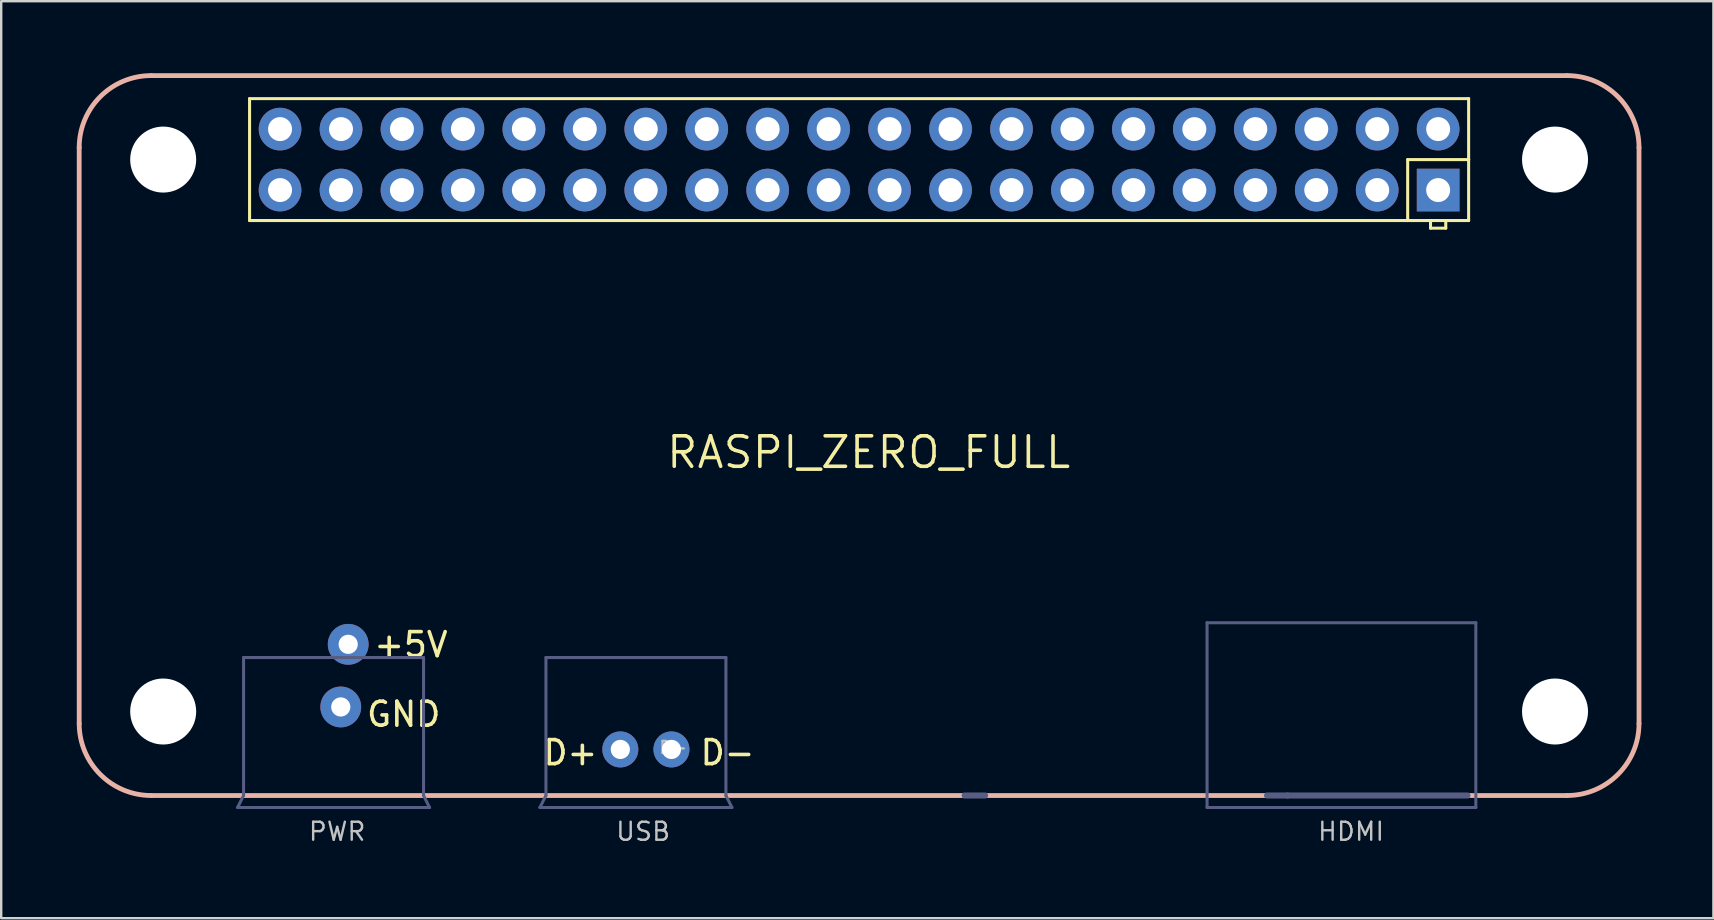
<source format=kicad_pcb>
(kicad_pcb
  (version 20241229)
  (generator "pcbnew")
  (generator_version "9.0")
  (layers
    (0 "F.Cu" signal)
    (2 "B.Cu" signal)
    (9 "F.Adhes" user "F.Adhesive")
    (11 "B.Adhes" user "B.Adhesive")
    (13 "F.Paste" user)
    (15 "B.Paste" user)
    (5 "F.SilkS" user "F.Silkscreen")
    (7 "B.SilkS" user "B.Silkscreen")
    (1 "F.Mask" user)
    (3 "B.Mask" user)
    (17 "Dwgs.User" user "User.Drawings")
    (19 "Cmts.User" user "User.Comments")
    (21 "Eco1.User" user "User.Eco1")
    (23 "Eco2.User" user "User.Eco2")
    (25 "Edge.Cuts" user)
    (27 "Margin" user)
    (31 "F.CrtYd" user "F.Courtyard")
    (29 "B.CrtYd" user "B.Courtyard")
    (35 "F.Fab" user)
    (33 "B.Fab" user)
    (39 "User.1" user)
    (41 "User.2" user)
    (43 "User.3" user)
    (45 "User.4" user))
  (footprint "RASPI_ZERO_FULL"
    (layer "F.Cu")
    (at 0.25 30.1)
    (property "Reference" "RASPI_ZERO_FULL" (at 32.9 -14.3 0) (unlocked yes) (layer "F.SilkS") (effects (font (size 1.27 1.27) (thickness 0.15))))
    (fp_poly (pts (xy 6.6 -26.5) (xy 6.581 -26.847) (xy 6.522 -27.19) (xy 6.426 -27.524) (xy 6.293 -27.845) (xy 6.125 -28.149) (xy 5.924 -28.433) (xy 5.692 -28.692) (xy 5.433 -28.924) (xy 5.149 -29.125) (xy 4.845 -29.293) (xy 4.524 -29.426) (xy 4.19 -29.522) (xy 3.847 -29.581) (xy 3.5 -29.6) (xy 3.153 -29.581) (xy 2.81 -29.522) (xy 2.476 -29.426) (xy 2.155 -29.293) (xy 1.851 -29.125) (xy 1.567 -28.924) (xy 1.308 -28.692) (xy 1.076 -28.433) (xy 0.875 -28.149) (xy 0.707 -27.845) (xy 0.574 -27.524) (xy 0.478 -27.19) (xy 0.419 -26.847) (xy 0.4 -26.5) (xy 0.419 -26.153) (xy 0.478 -25.81) (xy 0.574 -25.476) (xy 0.707 -25.155) (xy 0.875 -24.851) (xy 1.076 -24.567) (xy 1.308 -24.308) (xy 1.567 -24.076) (xy 1.851 -23.875) (xy 2.155 -23.707) (xy 2.476 -23.574) (xy 2.81 -23.478) (xy 3.153 -23.419) (xy 3.5 -23.4) (xy 3.847 -23.419) (xy 4.19 -23.478) (xy 4.524 -23.574) (xy 4.845 -23.707) (xy 5.149 -23.875) (xy 5.433 -24.076) (xy 5.692 -24.308) (xy 5.924 -24.567) (xy 6.125 -24.851) (xy 6.293 -25.155) (xy 6.426 -25.476) (xy 6.522 -25.81) (xy 6.581 -26.153)) (stroke (width 0) (type solid)) (fill yes) (layer "F.Mask"))
    (fp_poly (pts (xy 6.6 -3.5) (xy 6.581 -3.847) (xy 6.522 -4.19) (xy 6.426 -4.524) (xy 6.293 -4.845) (xy 6.125 -5.149) (xy 5.924 -5.433) (xy 5.692 -5.692) (xy 5.433 -5.924) (xy 5.149 -6.125) (xy 4.845 -6.293) (xy 4.524 -6.426) (xy 4.19 -6.522) (xy 3.847 -6.581) (xy 3.5 -6.6) (xy 3.153 -6.581) (xy 2.81 -6.522) (xy 2.476 -6.426) (xy 2.155 -6.293) (xy 1.851 -6.125) (xy 1.567 -5.924) (xy 1.308 -5.692) (xy 1.076 -5.433) (xy 0.875 -5.149) (xy 0.707 -4.845) (xy 0.574 -4.524) (xy 0.478 -4.19) (xy 0.419 -3.847) (xy 0.4 -3.5) (xy 0.419 -3.153) (xy 0.478 -2.81) (xy 0.574 -2.476) (xy 0.707 -2.155) (xy 0.875 -1.851) (xy 1.076 -1.567) (xy 1.308 -1.308) (xy 1.567 -1.076) (xy 1.851 -0.875) (xy 2.155 -0.707) (xy 2.476 -0.574) (xy 2.81 -0.478) (xy 3.153 -0.419) (xy 3.5 -0.4) (xy 3.847 -0.419) (xy 4.19 -0.478) (xy 4.524 -0.574) (xy 4.845 -0.707) (xy 5.149 -0.875) (xy 5.433 -1.076) (xy 5.692 -1.308) (xy 5.924 -1.567) (xy 6.125 -1.851) (xy 6.293 -2.155) (xy 6.426 -2.476) (xy 6.522 -2.81) (xy 6.581 -3.153)) (stroke (width 0) (type solid)) (fill yes) (layer "F.Mask"))
    (fp_poly (pts (xy 64.6 -26.5) (xy 64.581 -26.847) (xy 64.522 -27.19) (xy 64.426 -27.524) (xy 64.293 -27.845) (xy 64.125 -28.149) (xy 63.924 -28.433) (xy 63.692 -28.692) (xy 63.433 -28.924) (xy 63.149 -29.125) (xy 62.845 -29.293) (xy 62.524 -29.426) (xy 62.19 -29.522) (xy 61.847 -29.581) (xy 61.5 -29.6) (xy 61.153 -29.581) (xy 60.81 -29.522) (xy 60.476 -29.426) (xy 60.155 -29.293) (xy 59.851 -29.125) (xy 59.567 -28.924) (xy 59.308 -28.692) (xy 59.076 -28.433) (xy 58.875 -28.149) (xy 58.707 -27.845) (xy 58.574 -27.524) (xy 58.478 -27.19) (xy 58.419 -26.847) (xy 58.4 -26.5) (xy 58.419 -26.153) (xy 58.478 -25.81) (xy 58.574 -25.476) (xy 58.707 -25.155) (xy 58.875 -24.851) (xy 59.076 -24.567) (xy 59.308 -24.308) (xy 59.567 -24.076) (xy 59.851 -23.875) (xy 60.155 -23.707) (xy 60.476 -23.574) (xy 60.81 -23.478) (xy 61.153 -23.419) (xy 61.5 -23.4) (xy 61.847 -23.419) (xy 62.19 -23.478) (xy 62.524 -23.574) (xy 62.845 -23.707) (xy 63.149 -23.875) (xy 63.433 -24.076) (xy 63.692 -24.308) (xy 63.924 -24.567) (xy 64.125 -24.851) (xy 64.293 -25.155) (xy 64.426 -25.476) (xy 64.522 -25.81) (xy 64.581 -26.153)) (stroke (width 0) (type solid)) (fill yes) (layer "F.Mask"))
    (fp_poly (pts (xy 64.6 -3.5) (xy 64.581 -3.847) (xy 64.522 -4.19) (xy 64.426 -4.524) (xy 64.293 -4.845) (xy 64.125 -5.149) (xy 63.924 -5.433) (xy 63.692 -5.692) (xy 63.433 -5.924) (xy 63.149 -6.125) (xy 62.845 -6.293) (xy 62.524 -6.426) (xy 62.19 -6.522) (xy 61.847 -6.581) (xy 61.5 -6.6) (xy 61.153 -6.581) (xy 60.81 -6.522) (xy 60.476 -6.426) (xy 60.155 -6.293) (xy 59.851 -6.125) (xy 59.567 -5.924) (xy 59.308 -5.692) (xy 59.076 -5.433) (xy 58.875 -5.149) (xy 58.707 -4.845) (xy 58.574 -4.524) (xy 58.478 -4.19) (xy 58.419 -3.847) (xy 58.4 -3.5) (xy 58.419 -3.153) (xy 58.478 -2.81) (xy 58.574 -2.476) (xy 58.707 -2.155) (xy 58.875 -1.851) (xy 59.076 -1.567) (xy 59.308 -1.308) (xy 59.567 -1.076) (xy 59.851 -0.875) (xy 60.155 -0.707) (xy 60.476 -0.574) (xy 60.81 -0.478) (xy 61.153 -0.419) (xy 61.5 -0.4) (xy 61.847 -0.419) (xy 62.19 -0.478) (xy 62.524 -0.574) (xy 62.845 -0.707) (xy 63.149 -0.875) (xy 63.433 -1.076) (xy 63.692 -1.308) (xy 63.924 -1.567) (xy 64.125 -1.851) (xy 64.293 -2.155) (xy 64.426 -2.476) (xy 64.522 -2.81) (xy 64.581 -3.153)) (stroke (width 0) (type solid)) (fill yes) (layer "F.Mask"))
    (fp_poly (pts (xy 6.59 -26.5) (xy 6.57 -26.847) (xy 6.512 -27.19) (xy 6.416 -27.524) (xy 6.283 -27.845) (xy 6.115 -28.149) (xy 5.913 -28.433) (xy 5.682 -28.692) (xy 5.423 -28.924) (xy 5.139 -29.125) (xy 4.835 -29.293) (xy 4.514 -29.426) (xy 4.18 -29.522) (xy 3.837 -29.581) (xy 3.49 -29.6) (xy 3.143 -29.581) (xy 2.8 -29.522) (xy 2.466 -29.426) (xy 2.145 -29.293) (xy 1.841 -29.125) (xy 1.557 -28.924) (xy 1.298 -28.692) (xy 1.066 -28.433) (xy 0.865 -28.149) (xy 0.697 -27.845) (xy 0.564 -27.524) (xy 0.468 -27.19) (xy 0.409 -26.847) (xy 0.39 -26.5) (xy 0.409 -26.153) (xy 0.468 -25.81) (xy 0.564 -25.476) (xy 0.697 -25.155) (xy 0.865 -24.851) (xy 1.066 -24.567) (xy 1.298 -24.308) (xy 1.557 -24.076) (xy 1.841 -23.875) (xy 2.145 -23.707) (xy 2.466 -23.574) (xy 2.8 -23.478) (xy 3.143 -23.419) (xy 3.49 -23.4) (xy 3.837 -23.419) (xy 4.18 -23.478) (xy 4.514 -23.574) (xy 4.835 -23.707) (xy 5.139 -23.875) (xy 5.423 -24.076) (xy 5.682 -24.308) (xy 5.913 -24.567) (xy 6.115 -24.851) (xy 6.283 -25.155) (xy 6.416 -25.476) (xy 6.512 -25.81) (xy 6.57 -26.153)) (stroke (width 0) (type solid)) (fill yes) (layer "B.Mask"))
    (fp_poly (pts (xy 6.6 -3.5) (xy 6.581 -3.847) (xy 6.522 -4.19) (xy 6.426 -4.524) (xy 6.293 -4.845) (xy 6.125 -5.149) (xy 5.924 -5.433) (xy 5.692 -5.692) (xy 5.433 -5.924) (xy 5.149 -6.125) (xy 4.845 -6.293) (xy 4.524 -6.426) (xy 4.19 -6.522) (xy 3.847 -6.581) (xy 3.5 -6.6) (xy 3.153 -6.581) (xy 2.81 -6.522) (xy 2.476 -6.426) (xy 2.155 -6.293) (xy 1.851 -6.125) (xy 1.567 -5.924) (xy 1.308 -5.692) (xy 1.076 -5.433) (xy 0.875 -5.149) (xy 0.707 -4.845) (xy 0.574 -4.524) (xy 0.478 -4.19) (xy 0.419 -3.847) (xy 0.4 -3.5) (xy 0.419 -3.153) (xy 0.478 -2.81) (xy 0.574 -2.476) (xy 0.707 -2.155) (xy 0.875 -1.851) (xy 1.076 -1.567) (xy 1.308 -1.308) (xy 1.567 -1.076) (xy 1.851 -0.875) (xy 2.155 -0.707) (xy 2.476 -0.574) (xy 2.81 -0.478) (xy 3.153 -0.419) (xy 3.5 -0.4) (xy 3.847 -0.419) (xy 4.19 -0.478) (xy 4.524 -0.574) (xy 4.845 -0.707) (xy 5.149 -0.875) (xy 5.433 -1.076) (xy 5.692 -1.308) (xy 5.924 -1.567) (xy 6.125 -1.851) (xy 6.293 -2.155) (xy 6.426 -2.476) (xy 6.522 -2.81) (xy 6.581 -3.153)) (stroke (width 0) (type solid)) (fill yes) (layer "B.Mask"))
    (fp_poly (pts (xy 64.6 -26.5) (xy 64.581 -26.847) (xy 64.522 -27.19) (xy 64.426 -27.524) (xy 64.293 -27.845) (xy 64.125 -28.149) (xy 63.924 -28.433) (xy 63.692 -28.692) (xy 63.433 -28.924) (xy 63.149 -29.125) (xy 62.845 -29.293) (xy 62.524 -29.426) (xy 62.19 -29.522) (xy 61.847 -29.581) (xy 61.5 -29.6) (xy 61.153 -29.581) (xy 60.81 -29.522) (xy 60.476 -29.426) (xy 60.155 -29.293) (xy 59.851 -29.125) (xy 59.567 -28.924) (xy 59.308 -28.692) (xy 59.076 -28.433) (xy 58.875 -28.149) (xy 58.707 -27.845) (xy 58.574 -27.524) (xy 58.478 -27.19) (xy 58.419 -26.847) (xy 58.4 -26.5) (xy 58.419 -26.153) (xy 58.478 -25.81) (xy 58.574 -25.476) (xy 58.707 -25.155) (xy 58.875 -24.851) (xy 59.076 -24.567) (xy 59.308 -24.308) (xy 59.567 -24.076) (xy 59.851 -23.875) (xy 60.155 -23.707) (xy 60.476 -23.574) (xy 60.81 -23.478) (xy 61.153 -23.419) (xy 61.5 -23.4) (xy 61.847 -23.419) (xy 62.19 -23.478) (xy 62.524 -23.574) (xy 62.845 -23.707) (xy 63.149 -23.875) (xy 63.433 -24.076) (xy 63.692 -24.308) (xy 63.924 -24.567) (xy 64.125 -24.851) (xy 64.293 -25.155) (xy 64.426 -25.476) (xy 64.522 -25.81) (xy 64.581 -26.153)) (stroke (width 0) (type solid)) (fill yes) (layer "B.Mask"))
    (fp_poly (pts (xy 64.6 -3.5) (xy 64.581 -3.847) (xy 64.522 -4.19) (xy 64.426 -4.524) (xy 64.293 -4.845) (xy 64.125 -5.149) (xy 63.924 -5.433) (xy 63.692 -5.692) (xy 63.433 -5.924) (xy 63.149 -6.125) (xy 62.845 -6.293) (xy 62.524 -6.426) (xy 62.19 -6.522) (xy 61.847 -6.581) (xy 61.5 -6.6) (xy 61.153 -6.581) (xy 60.81 -6.522) (xy 60.476 -6.426) (xy 60.155 -6.293) (xy 59.851 -6.125) (xy 59.567 -5.924) (xy 59.308 -5.692) (xy 59.076 -5.433) (xy 58.875 -5.149) (xy 58.707 -4.845) (xy 58.574 -4.524) (xy 58.478 -4.19) (xy 58.419 -3.847) (xy 58.4 -3.5) (xy 58.419 -3.153) (xy 58.478 -2.81) (xy 58.574 -2.476) (xy 58.707 -2.155) (xy 58.875 -1.851) (xy 59.076 -1.567) (xy 59.308 -1.308) (xy 59.567 -1.076) (xy 59.851 -0.875) (xy 60.155 -0.707) (xy 60.476 -0.574) (xy 60.81 -0.478) (xy 61.153 -0.419) (xy 61.5 -0.4) (xy 61.847 -0.419) (xy 62.19 -0.478) (xy 62.524 -0.574) (xy 62.845 -0.707) (xy 63.149 -0.875) (xy 63.433 -1.076) (xy 63.692 -1.308) (xy 63.924 -1.567) (xy 64.125 -1.851) (xy 64.293 -2.155) (xy 64.426 -2.476) (xy 64.522 -2.81) (xy 64.581 -3.153)) (stroke (width 0) (type solid)) (fill yes) (layer "B.Mask"))
    (fp_line (start 7.1 -29.04) (end 57.9 -29.04) (stroke (width 0.127) (type solid)) (layer "F.SilkS"))
    (fp_line (start 7.1 -23.96) (end 7.1 -29.04) (stroke (width 0.127) (type solid)) (layer "F.SilkS"))
    (fp_line (start 55.36 -26.5) (end 55.36 -23.96) (stroke (width 0.127) (type solid)) (layer "F.SilkS"))
    (fp_line (start 55.36 -23.96) (end 7.1 -23.96) (stroke (width 0.127) (type solid)) (layer "F.SilkS"))
    (fp_line (start 56.312 -23.96) (end 55.36 -23.96) (stroke (width 0.127) (type solid)) (layer "F.SilkS"))
    (fp_line (start 56.312 -23.642) (end 56.312 -23.96) (stroke (width 0.127) (type solid)) (layer "F.SilkS"))
    (fp_line (start 56.947 -23.96) (end 56.312 -23.96) (stroke (width 0.127) (type solid)) (layer "F.SilkS"))
    (fp_line (start 56.947 -23.96) (end 56.947 -23.642) (stroke (width 0.127) (type solid)) (layer "F.SilkS"))
    (fp_line (start 56.947 -23.642) (end 56.312 -23.642) (stroke (width 0.127) (type solid)) (layer "F.SilkS"))
    (fp_line (start 57.9 -29.04) (end 57.9 -26.5) (stroke (width 0.127) (type solid)) (layer "F.SilkS"))
    (fp_line (start 57.9 -26.5) (end 55.36 -26.5) (stroke (width 0.127) (type solid)) (layer "F.SilkS"))
    (fp_line (start 57.9 -26.5) (end 57.9 -23.96) (stroke (width 0.127) (type solid)) (layer "F.SilkS"))
    (fp_line (start 57.9 -23.96) (end 56.947 -23.96) (stroke (width 0.127) (type solid)) (layer "F.SilkS"))
    (fp_line (start 0 -27) (end 0 -3) (stroke (width 0.2) (type solid)) (layer "B.SilkS"))
    (fp_line (start 3 0) (end 6.85 0) (stroke (width 0.2) (type solid)) (layer "B.SilkS"))
    (fp_line (start 6.85 0) (end 14.35 0) (stroke (width 0.2) (type solid)) (layer "B.SilkS"))
    (fp_line (start 14.35 0) (end 62 0) (stroke (width 0.2) (type solid)) (layer "B.SilkS"))
    (fp_line (start 62 -30) (end 3 -30) (stroke (width 0.2) (type solid)) (layer "B.SilkS"))
    (fp_line (start 65 -3) (end 65 -27) (stroke (width 0.2) (type solid)) (layer "B.SilkS"))
    (fp_arc (start 0 -27) (mid 0.87868 -29.12132) (end 3 -30) (stroke (width 0.2) (type solid)) (layer "B.SilkS"))
    (fp_arc (start 3 0) (mid 0.87868 -0.87868) (end 0 -3) (stroke (width 0.2) (type solid)) (layer "B.SilkS"))
    (fp_arc (start 62 -30) (mid 64.12132 -29.12132) (end 65 -27) (stroke (width 0.2) (type solid)) (layer "B.SilkS"))
    (fp_arc (start 65 -3) (mid 64.12132 -0.87868) (end 62 0) (stroke (width 0.2) (type solid)) (layer "B.SilkS"))
    (fp_line (start 6.6 0.5) (end 14.6 0.5) (stroke (width 0.127) (type solid)) (layer "B.Fab"))
    (fp_line (start 6.85 -5.75) (end 14.35 -5.75) (stroke (width 0.127) (type solid)) (layer "B.Fab"))
    (fp_line (start 6.85 0) (end 6.6 0.5) (stroke (width 0.127) (type solid)) (layer "B.Fab"))
    (fp_line (start 6.85 0) (end 6.85 -5.75) (stroke (width 0.127) (type solid)) (layer "B.Fab"))
    (fp_line (start 14.35 -5.75) (end 14.35 0) (stroke (width 0.127) (type solid)) (layer "B.Fab"))
    (fp_line (start 14.6 0.5) (end 14.35 0) (stroke (width 0.127) (type solid)) (layer "B.Fab"))
    (fp_line (start 19.2 0.5) (end 27.2 0.5) (stroke (width 0.127) (type solid)) (layer "B.Fab"))
    (fp_line (start 19.45 -5.75) (end 26.95 -5.75) (stroke (width 0.127) (type solid)) (layer "B.Fab"))
    (fp_line (start 19.45 0) (end 19.2 0.5) (stroke (width 0.127) (type solid)) (layer "B.Fab"))
    (fp_line (start 19.45 0) (end 19.45 -5.75) (stroke (width 0.127) (type solid)) (layer "B.Fab"))
    (fp_line (start 26.95 -5.75) (end 26.95 0) (stroke (width 0.127) (type solid)) (layer "B.Fab"))
    (fp_line (start 27.2 0.5) (end 26.95 0) (stroke (width 0.127) (type solid)) (layer "B.Fab"))
    (fp_line (start 36.9 0) (end 37.75 0) (stroke (width 0.254) (type solid)) (layer "B.Fab"))
    (fp_line (start 47 -7.2) (end 58.2 -7.2) (stroke (width 0.127) (type default)) (layer "B.Fab"))
    (fp_line (start 47 0.5) (end 47 -7.2) (stroke (width 0.127) (type default)) (layer "B.Fab"))
    (fp_line (start 47 0.5) (end 58.2 0.5) (stroke (width 0.127) (type default)) (layer "B.Fab"))
    (fp_line (start 49.5 0) (end 50.35 0) (stroke (width 0.254) (type solid)) (layer "B.Fab"))
    (fp_line (start 50.35 0) (end 57.85 0) (stroke (width 0.254) (type solid)) (layer "B.Fab"))
    (fp_line (start 58.2 0.5) (end 58.2 -7.2) (stroke (width 0.127) (type default)) (layer "B.Fab"))
    (fp_text user "D-" (at 25.8 -1.2 0) (unlocked yes) (layer "F.SilkS") (effects (font (size 1 1) (thickness 0.15)) (justify left bottom)))
    (fp_text user "+5V" (at 12.2 -5.7 0) (unlocked yes) (layer "F.SilkS") (effects (font (size 1 1) (thickness 0.15)) (justify left bottom)))
    (fp_text user "GND" (at 11.9 -2.8 0) (unlocked yes) (layer "F.SilkS") (effects (font (size 1 1) (thickness 0.15)) (justify left bottom)))
    (fp_text user "D+" (at 19.25 -1.2 0) (unlocked yes) (layer "F.SilkS") (effects (font (size 1 1) (thickness 0.15)) (justify left bottom)))
    (fp_text user "D-" (at 24.75 -2 0) (unlocked yes) (layer "Dwgs.User") (effects (font (size 0.5 0.5) (thickness 0.1) (bold yes))))
    (fp_text user "USB" (at 23.5 1.5 0) (unlocked yes) (layer "Dwgs.User") (effects (font (size 0.75 0.75) (thickness 0.1) (bold yes))))
    (fp_text user "PWR" (at 10.75 1.5 0) (unlocked yes) (layer "Dwgs.User") (effects (font (size 0.75 0.75) (thickness 0.1) (bold yes))))
    (fp_text user "HDMI" (at 53 1.5 0) (unlocked yes) (layer "Dwgs.User") (effects (font (size 0.75 0.75) (thickness 0.1) (bold yes))))
    (pad "" np_thru_hole circle (at 3.5 -26.5) (size 2.75 2.75) (drill 2.75) (layers "*.Cu" "*.Mask"))
    (pad "" np_thru_hole circle (at 3.5 -3.5) (size 2.75 2.75) (drill 2.75) (layers "*.Cu" "*.Mask"))
    (pad "" np_thru_hole circle (at 61.5 -26.5) (size 2.75 2.75) (drill 2.75) (layers "*.Cu" "*.Mask"))
    (pad "" np_thru_hole circle (at 61.5 -3.5) (size 2.75 2.75) (drill 2.75) (layers "*.Cu" "*.Mask"))
    (pad "1" thru_hole rect (at 56.63 -25.23) (size 1.778 1.778) (drill 1) (layers "*.Cu" "*.Mask"))
    (pad "2" thru_hole circle (at 56.63 -27.77) (size 1.778 1.778) (drill 1) (layers "*.Cu" "*.Mask"))
    (pad "3" thru_hole circle (at 54.09 -25.23) (size 1.778 1.778) (drill 1) (layers "*.Cu" "*.Mask"))
    (pad "4" thru_hole circle (at 54.09 -27.77) (size 1.778 1.778) (drill 1) (layers "*.Cu" "*.Mask"))
    (pad "5" thru_hole circle (at 51.55 -25.23) (size 1.778 1.778) (drill 1) (layers "*.Cu" "*.Mask"))
    (pad "6" thru_hole circle (at 51.55 -27.77) (size 1.778 1.778) (drill 1) (layers "*.Cu" "*.Mask"))
    (pad "7" thru_hole circle (at 49.01 -25.23) (size 1.778 1.778) (drill 1) (layers "*.Cu" "*.Mask"))
    (pad "8" thru_hole circle (at 49.01 -27.77) (size 1.778 1.778) (drill 1) (layers "*.Cu" "*.Mask"))
    (pad "9" thru_hole circle (at 46.47 -25.23) (size 1.778 1.778) (drill 1) (layers "*.Cu" "*.Mask"))
    (pad "10" thru_hole circle (at 46.47 -27.77) (size 1.778 1.778) (drill 1) (layers "*.Cu" "*.Mask"))
    (pad "11" thru_hole circle (at 43.93 -25.23) (size 1.778 1.778) (drill 1) (layers "*.Cu" "*.Mask"))
    (pad "12" thru_hole circle (at 43.93 -27.77) (size 1.778 1.778) (drill 1) (layers "*.Cu" "*.Mask"))
    (pad "13" thru_hole circle (at 41.39 -25.23) (size 1.778 1.778) (drill 1) (layers "*.Cu" "*.Mask"))
    (pad "14" thru_hole circle (at 41.39 -27.77) (size 1.778 1.778) (drill 1) (layers "*.Cu" "*.Mask"))
    (pad "15" thru_hole circle (at 38.85 -25.23) (size 1.778 1.778) (drill 1) (layers "*.Cu" "*.Mask"))
    (pad "16" thru_hole circle (at 38.85 -27.77) (size 1.778 1.778) (drill 1) (layers "*.Cu" "*.Mask"))
    (pad "17" thru_hole circle (at 36.31 -25.23) (size 1.778 1.778) (drill 1) (layers "*.Cu" "*.Mask"))
    (pad "18" thru_hole circle (at 36.31 -27.77) (size 1.778 1.778) (drill 1) (layers "*.Cu" "*.Mask"))
    (pad "19" thru_hole circle (at 33.77 -25.23) (size 1.778 1.778) (drill 1) (layers "*.Cu" "*.Mask"))
    (pad "20" thru_hole circle (at 33.77 -27.77) (size 1.778 1.778) (drill 1) (layers "*.Cu" "*.Mask"))
    (pad "21" thru_hole circle (at 31.23 -25.23) (size 1.778 1.778) (drill 1) (layers "*.Cu" "*.Mask"))
    (pad "22" thru_hole circle (at 31.23 -27.77) (size 1.778 1.778) (drill 1) (layers "*.Cu" "*.Mask"))
    (pad "23" thru_hole circle (at 28.69 -25.23) (size 1.778 1.778) (drill 1) (layers "*.Cu" "*.Mask"))
    (pad "24" thru_hole circle (at 28.69 -27.77) (size 1.778 1.778) (drill 1) (layers "*.Cu" "*.Mask"))
    (pad "25" thru_hole circle (at 26.15 -25.23) (size 1.778 1.778) (drill 1) (layers "*.Cu" "*.Mask"))
    (pad "26" thru_hole circle (at 26.15 -27.77) (size 1.778 1.778) (drill 1) (layers "*.Cu" "*.Mask"))
    (pad "27" thru_hole circle (at 23.61 -25.23) (size 1.778 1.778) (drill 1) (layers "*.Cu" "*.Mask"))
    (pad "28" thru_hole circle (at 23.61 -27.77) (size 1.778 1.778) (drill 1) (layers "*.Cu" "*.Mask"))
    (pad "29" thru_hole circle (at 21.07 -25.23) (size 1.778 1.778) (drill 1) (layers "*.Cu" "*.Mask"))
    (pad "30" thru_hole circle (at 21.07 -27.77) (size 1.778 1.778) (drill 1) (layers "*.Cu" "*.Mask"))
    (pad "31" thru_hole circle (at 18.53 -25.23) (size 1.778 1.778) (drill 1) (layers "*.Cu" "*.Mask"))
    (pad "32" thru_hole circle (at 18.53 -27.77) (size 1.778 1.778) (drill 1) (layers "*.Cu" "*.Mask"))
    (pad "33" thru_hole circle (at 15.99 -25.23) (size 1.778 1.778) (drill 1) (layers "*.Cu" "*.Mask"))
    (pad "34" thru_hole circle (at 15.99 -27.77) (size 1.778 1.778) (drill 1) (layers "*.Cu" "*.Mask"))
    (pad "35" thru_hole circle (at 13.45 -25.23) (size 1.778 1.778) (drill 1) (layers "*.Cu" "*.Mask"))
    (pad "36" thru_hole circle (at 13.45 -27.77) (size 1.778 1.778) (drill 1) (layers "*.Cu" "*.Mask"))
    (pad "37" thru_hole circle (at 10.91 -25.23) (size 1.778 1.778) (drill 1) (layers "*.Cu" "*.Mask"))
    (pad "38" thru_hole circle (at 10.91 -27.77) (size 1.778 1.778) (drill 1) (layers "*.Cu" "*.Mask"))
    (pad "39" thru_hole circle (at 8.37 -25.23) (size 1.778 1.778) (drill 1) (layers "*.Cu" "*.Mask"))
    (pad "40" thru_hole circle (at 8.37 -27.77) (size 1.778 1.778) (drill 1) (layers "*.Cu" "*.Mask"))
    (pad "PP1" thru_hole circle (at 11.21 -6.3) (size 1.7 1.7) (drill 0.8) (layers "*.Cu" "*.Mask"))
    (pad "PP6" thru_hole circle (at 10.9 -3.69) (size 1.7 1.7) (drill 0.8) (layers "*.Cu" "*.Mask"))
    (pad "PP22" thru_hole circle (at 22.55 -1.92) (size 1.5 1.5) (drill 0.8) (layers "*.Cu" "*.Mask"))
    (pad "PP23" thru_hole circle (at 24.68 -1.92) (size 1.5 1.5) (drill 0.8) (layers "*.Cu" "*.Mask"))
    (zone (net_name "") (layers "F.Cu" "F.Mask" "B.Cu" "B.Mask" "B.Fab") (hatch edge 0.5) (connect_pads) (min_thickness 0.25) (filled_areas_thickness no) (keepout (tracks not_allowed) (vias not_allowed) (pads not_allowed) (copperpour not_allowed) (footprints not_allowed)) (placement (enabled no)) (fill) (polygon (pts (xy 6.85 26.6) (xy 6.831 26.253) (xy 6.772 25.91) (xy 6.676 25.576) (xy 6.543 25.255) (xy 6.375 24.951) (xy 6.174 24.667) (xy 5.942 24.408) (xy 5.683 24.176) (xy 5.399 23.975) (xy 5.095 23.807) (xy 4.774 23.674) (xy 4.44 23.578) (xy 4.097 23.519) (xy 3.75 23.5) (xy 3.403 23.519) (xy 3.06 23.578) (xy 2.726 23.674) (xy 2.405 23.807) (xy 2.101 23.975) (xy 1.817 24.176) (xy 1.558 24.408) (xy 1.326 24.667) (xy 1.125 24.951) (xy 0.957 25.255) (xy 0.824 25.576) (xy 0.728 25.91) (xy 0.669 26.253) (xy 0.65 26.6) (xy 0.669 26.947) (xy 0.728 27.29) (xy 0.824 27.624) (xy 0.957 27.945) (xy 1.125 28.249) (xy 1.326 28.533) (xy 1.558 28.792) (xy 1.817 29.024) (xy 2.101 29.225) (xy 2.405 29.393) (xy 2.726 29.526) (xy 3.06 29.622) (xy 3.403 29.681) (xy 3.75 29.7) (xy 4.097 29.681) (xy 4.44 29.622) (xy 4.774 29.526) (xy 5.095 29.393) (xy 5.399 29.225) (xy 5.683 29.024) (xy 5.942 28.792) (xy 6.174 28.533) (xy 6.375 28.249) (xy 6.543 27.945) (xy 6.676 27.624) (xy 6.772 27.29) (xy 6.831 26.947))))
    (zone (net_name "") (layers "F.Cu" "F.Mask" "B.Cu" "B.Mask" "B.Fab") (hatch edge 0.5) (connect_pads) (min_thickness 0.25) (filled_areas_thickness no) (keepout (tracks not_allowed) (vias not_allowed) (pads not_allowed) (copperpour not_allowed) (footprints not_allowed)) (placement (enabled no)) (fill) (polygon (pts (xy 64.85 3.6) (xy 64.831 3.253) (xy 64.772 2.91) (xy 64.676 2.576) (xy 64.543 2.255) (xy 64.375 1.951) (xy 64.174 1.667) (xy 63.942 1.408) (xy 63.683 1.176) (xy 63.399 0.975) (xy 63.095 0.807) (xy 62.774 0.674) (xy 62.44 0.578) (xy 62.097 0.519) (xy 61.75 0.5) (xy 61.403 0.519) (xy 61.06 0.578) (xy 60.726 0.674) (xy 60.405 0.807) (xy 60.101 0.975) (xy 59.817 1.176) (xy 59.558 1.408) (xy 59.326 1.667) (xy 59.125 1.951) (xy 58.957 2.255) (xy 58.824 2.576) (xy 58.728 2.91) (xy 58.669 3.253) (xy 58.65 3.6) (xy 58.669 3.947) (xy 58.728 4.29) (xy 58.824 4.624) (xy 58.957 4.945) (xy 59.125 5.249) (xy 59.326 5.533) (xy 59.558 5.792) (xy 59.817 6.024) (xy 60.101 6.225) (xy 60.405 6.393) (xy 60.726 6.526) (xy 61.06 6.622) (xy 61.403 6.681) (xy 61.75 6.7) (xy 62.097 6.681) (xy 62.44 6.622) (xy 62.774 6.526) (xy 63.095 6.393) (xy 63.399 6.225) (xy 63.683 6.024) (xy 63.942 5.792) (xy 64.174 5.533) (xy 64.375 5.249) (xy 64.543 4.945) (xy 64.676 4.624) (xy 64.772 4.29) (xy 64.831 3.947))))
    (zone (net_name "") (layers "F.Cu" "F.Mask" "B.Cu" "B.Mask" "B.Fab") (hatch edge 0.5) (connect_pads) (min_thickness 0.25) (filled_areas_thickness no) (keepout (tracks not_allowed) (vias not_allowed) (pads not_allowed) (copperpour not_allowed) (footprints not_allowed)) (placement (enabled no)) (fill) (polygon (pts (xy 64.85 26.6) (xy 64.831 26.253) (xy 64.772 25.91) (xy 64.676 25.576) (xy 64.543 25.255) (xy 64.375 24.951) (xy 64.174 24.667) (xy 63.942 24.408) (xy 63.683 24.176) (xy 63.399 23.975) (xy 63.095 23.807) (xy 62.774 23.674) (xy 62.44 23.578) (xy 62.097 23.519) (xy 61.75 23.5) (xy 61.403 23.519) (xy 61.06 23.578) (xy 60.726 23.674) (xy 60.405 23.807) (xy 60.101 23.975) (xy 59.817 24.176) (xy 59.558 24.408) (xy 59.326 24.667) (xy 59.125 24.951) (xy 58.957 25.255) (xy 58.824 25.576) (xy 58.728 25.91) (xy 58.669 26.253) (xy 58.65 26.6) (xy 58.669 26.947) (xy 58.728 27.29) (xy 58.824 27.624) (xy 58.957 27.945) (xy 59.125 28.249) (xy 59.326 28.533) (xy 59.558 28.792) (xy 59.817 29.024) (xy 60.101 29.225) (xy 60.405 29.393) (xy 60.726 29.526) (xy 61.06 29.622) (xy 61.403 29.681) (xy 61.75 29.7) (xy 62.097 29.681) (xy 62.44 29.622) (xy 62.774 29.526) (xy 63.095 29.393) (xy 63.399 29.225) (xy 63.683 29.024) (xy 63.942 28.792) (xy 64.174 28.533) (xy 64.375 28.249) (xy 64.543 27.945) (xy 64.676 27.624) (xy 64.772 27.29) (xy 64.831 26.947)))))
  (gr_rect
    (start -3 -3)
    (end 68.35 35.214)
    (stroke (width 0.1) (type default))
    (fill no)
    (layer "Edge.Cuts")))
</source>
